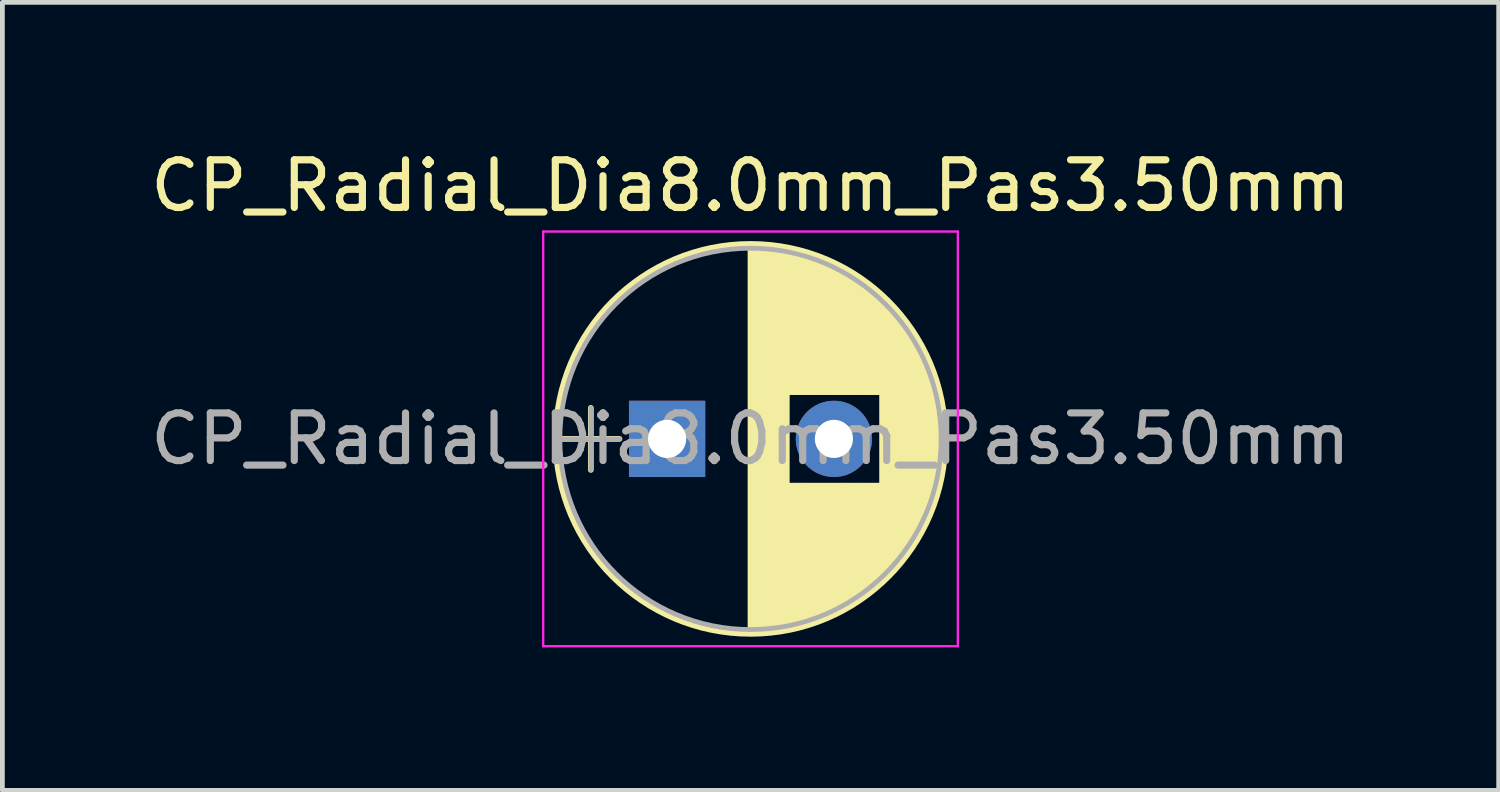
<source format=kicad_pcb>
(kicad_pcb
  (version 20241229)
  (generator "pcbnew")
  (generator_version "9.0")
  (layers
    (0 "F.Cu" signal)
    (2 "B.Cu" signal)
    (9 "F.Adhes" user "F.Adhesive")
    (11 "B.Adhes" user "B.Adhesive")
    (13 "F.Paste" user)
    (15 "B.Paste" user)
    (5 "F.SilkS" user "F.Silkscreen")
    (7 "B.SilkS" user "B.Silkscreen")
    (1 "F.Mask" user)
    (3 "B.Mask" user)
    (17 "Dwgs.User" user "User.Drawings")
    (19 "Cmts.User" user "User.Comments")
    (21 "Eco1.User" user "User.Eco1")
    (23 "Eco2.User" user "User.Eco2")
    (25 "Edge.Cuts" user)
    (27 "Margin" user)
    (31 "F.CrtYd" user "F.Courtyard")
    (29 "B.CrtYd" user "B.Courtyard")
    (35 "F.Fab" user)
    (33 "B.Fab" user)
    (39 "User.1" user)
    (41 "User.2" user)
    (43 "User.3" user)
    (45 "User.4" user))
  (footprint "CP_Radial_Dia8.0mm_Pas3.50mm"
    (layer "F.Cu")
    (at 10.946 6.158)
    (property "Reference" "CP_Radial_Dia8.0mm_Pas3.50mm" (at 1.75 -5.31 0) (layer "F.SilkS") (effects (font (size 1 1) (thickness 0.15))))
    (attr through_hole)
    (fp_line (start -2.2 0) (end -1 0) (stroke (width 0.12) (type solid)) (layer "F.SilkS"))
    (fp_line (start -1.6 -0.65) (end -1.6 0.65) (stroke (width 0.12) (type solid)) (layer "F.SilkS"))
    (fp_line (start 1.75 -4.05) (end 1.75 4.05) (stroke (width 0.12) (type solid)) (layer "F.SilkS"))
    (fp_line (start 1.79 -4.05) (end 1.79 4.05) (stroke (width 0.12) (type solid)) (layer "F.SilkS"))
    (fp_line (start 1.83 -4.05) (end 1.83 4.05) (stroke (width 0.12) (type solid)) (layer "F.SilkS"))
    (fp_line (start 1.87 -4.049) (end 1.87 4.049) (stroke (width 0.12) (type solid)) (layer "F.SilkS"))
    (fp_line (start 1.91 -4.047) (end 1.91 4.047) (stroke (width 0.12) (type solid)) (layer "F.SilkS"))
    (fp_line (start 1.95 -4.046) (end 1.95 4.046) (stroke (width 0.12) (type solid)) (layer "F.SilkS"))
    (fp_line (start 1.99 -4.043) (end 1.99 4.043) (stroke (width 0.12) (type solid)) (layer "F.SilkS"))
    (fp_line (start 2.03 -4.041) (end 2.03 4.041) (stroke (width 0.12) (type solid)) (layer "F.SilkS"))
    (fp_line (start 2.07 -4.038) (end 2.07 4.038) (stroke (width 0.12) (type solid)) (layer "F.SilkS"))
    (fp_line (start 2.11 -4.035) (end 2.11 4.035) (stroke (width 0.12) (type solid)) (layer "F.SilkS"))
    (fp_line (start 2.15 -4.031) (end 2.15 4.031) (stroke (width 0.12) (type solid)) (layer "F.SilkS"))
    (fp_line (start 2.19 -4.027) (end 2.19 4.027) (stroke (width 0.12) (type solid)) (layer "F.SilkS"))
    (fp_line (start 2.23 -4.022) (end 2.23 4.022) (stroke (width 0.12) (type solid)) (layer "F.SilkS"))
    (fp_line (start 2.27 -4.017) (end 2.27 4.017) (stroke (width 0.12) (type solid)) (layer "F.SilkS"))
    (fp_line (start 2.31 -4.012) (end 2.31 4.012) (stroke (width 0.12) (type solid)) (layer "F.SilkS"))
    (fp_line (start 2.35 -4.006) (end 2.35 4.006) (stroke (width 0.12) (type solid)) (layer "F.SilkS"))
    (fp_line (start 2.39 -4) (end 2.39 4) (stroke (width 0.12) (type solid)) (layer "F.SilkS"))
    (fp_line (start 2.43 -3.994) (end 2.43 3.994) (stroke (width 0.12) (type solid)) (layer "F.SilkS"))
    (fp_line (start 2.471 -3.987) (end 2.471 3.987) (stroke (width 0.12) (type solid)) (layer "F.SilkS"))
    (fp_line (start 2.511 -3.979) (end 2.511 3.979) (stroke (width 0.12) (type solid)) (layer "F.SilkS"))
    (fp_line (start 2.551 -3.971) (end 2.551 -0.98) (stroke (width 0.12) (type solid)) (layer "F.SilkS"))
    (fp_line (start 2.551 0.98) (end 2.551 3.971) (stroke (width 0.12) (type solid)) (layer "F.SilkS"))
    (fp_line (start 2.591 -3.963) (end 2.591 -0.98) (stroke (width 0.12) (type solid)) (layer "F.SilkS"))
    (fp_line (start 2.591 0.98) (end 2.591 3.963) (stroke (width 0.12) (type solid)) (layer "F.SilkS"))
    (fp_line (start 2.631 -3.955) (end 2.631 -0.98) (stroke (width 0.12) (type solid)) (layer "F.SilkS"))
    (fp_line (start 2.631 0.98) (end 2.631 3.955) (stroke (width 0.12) (type solid)) (layer "F.SilkS"))
    (fp_line (start 2.671 -3.946) (end 2.671 -0.98) (stroke (width 0.12) (type solid)) (layer "F.SilkS"))
    (fp_line (start 2.671 0.98) (end 2.671 3.946) (stroke (width 0.12) (type solid)) (layer "F.SilkS"))
    (fp_line (start 2.711 -3.936) (end 2.711 -0.98) (stroke (width 0.12) (type solid)) (layer "F.SilkS"))
    (fp_line (start 2.711 0.98) (end 2.711 3.936) (stroke (width 0.12) (type solid)) (layer "F.SilkS"))
    (fp_line (start 2.751 -3.926) (end 2.751 -0.98) (stroke (width 0.12) (type solid)) (layer "F.SilkS"))
    (fp_line (start 2.751 0.98) (end 2.751 3.926) (stroke (width 0.12) (type solid)) (layer "F.SilkS"))
    (fp_line (start 2.791 -3.916) (end 2.791 -0.98) (stroke (width 0.12) (type solid)) (layer "F.SilkS"))
    (fp_line (start 2.791 0.98) (end 2.791 3.916) (stroke (width 0.12) (type solid)) (layer "F.SilkS"))
    (fp_line (start 2.831 -3.905) (end 2.831 -0.98) (stroke (width 0.12) (type solid)) (layer "F.SilkS"))
    (fp_line (start 2.831 0.98) (end 2.831 3.905) (stroke (width 0.12) (type solid)) (layer "F.SilkS"))
    (fp_line (start 2.871 -3.894) (end 2.871 -0.98) (stroke (width 0.12) (type solid)) (layer "F.SilkS"))
    (fp_line (start 2.871 0.98) (end 2.871 3.894) (stroke (width 0.12) (type solid)) (layer "F.SilkS"))
    (fp_line (start 2.911 -3.883) (end 2.911 -0.98) (stroke (width 0.12) (type solid)) (layer "F.SilkS"))
    (fp_line (start 2.911 0.98) (end 2.911 3.883) (stroke (width 0.12) (type solid)) (layer "F.SilkS"))
    (fp_line (start 2.951 -3.87) (end 2.951 -0.98) (stroke (width 0.12) (type solid)) (layer "F.SilkS"))
    (fp_line (start 2.951 0.98) (end 2.951 3.87) (stroke (width 0.12) (type solid)) (layer "F.SilkS"))
    (fp_line (start 2.991 -3.858) (end 2.991 -0.98) (stroke (width 0.12) (type solid)) (layer "F.SilkS"))
    (fp_line (start 2.991 0.98) (end 2.991 3.858) (stroke (width 0.12) (type solid)) (layer "F.SilkS"))
    (fp_line (start 3.031 -3.845) (end 3.031 -0.98) (stroke (width 0.12) (type solid)) (layer "F.SilkS"))
    (fp_line (start 3.031 0.98) (end 3.031 3.845) (stroke (width 0.12) (type solid)) (layer "F.SilkS"))
    (fp_line (start 3.071 -3.832) (end 3.071 -0.98) (stroke (width 0.12) (type solid)) (layer "F.SilkS"))
    (fp_line (start 3.071 0.98) (end 3.071 3.832) (stroke (width 0.12) (type solid)) (layer "F.SilkS"))
    (fp_line (start 3.111 -3.818) (end 3.111 -0.98) (stroke (width 0.12) (type solid)) (layer "F.SilkS"))
    (fp_line (start 3.111 0.98) (end 3.111 3.818) (stroke (width 0.12) (type solid)) (layer "F.SilkS"))
    (fp_line (start 3.151 -3.803) (end 3.151 -0.98) (stroke (width 0.12) (type solid)) (layer "F.SilkS"))
    (fp_line (start 3.151 0.98) (end 3.151 3.803) (stroke (width 0.12) (type solid)) (layer "F.SilkS"))
    (fp_line (start 3.191 -3.789) (end 3.191 -0.98) (stroke (width 0.12) (type solid)) (layer "F.SilkS"))
    (fp_line (start 3.191 0.98) (end 3.191 3.789) (stroke (width 0.12) (type solid)) (layer "F.SilkS"))
    (fp_line (start 3.231 -3.773) (end 3.231 -0.98) (stroke (width 0.12) (type solid)) (layer "F.SilkS"))
    (fp_line (start 3.231 0.98) (end 3.231 3.773) (stroke (width 0.12) (type solid)) (layer "F.SilkS"))
    (fp_line (start 3.271 -3.758) (end 3.271 -0.98) (stroke (width 0.12) (type solid)) (layer "F.SilkS"))
    (fp_line (start 3.271 0.98) (end 3.271 3.758) (stroke (width 0.12) (type solid)) (layer "F.SilkS"))
    (fp_line (start 3.311 -3.741) (end 3.311 -0.98) (stroke (width 0.12) (type solid)) (layer "F.SilkS"))
    (fp_line (start 3.311 0.98) (end 3.311 3.741) (stroke (width 0.12) (type solid)) (layer "F.SilkS"))
    (fp_line (start 3.351 -3.725) (end 3.351 -0.98) (stroke (width 0.12) (type solid)) (layer "F.SilkS"))
    (fp_line (start 3.351 0.98) (end 3.351 3.725) (stroke (width 0.12) (type solid)) (layer "F.SilkS"))
    (fp_line (start 3.391 -3.707) (end 3.391 -0.98) (stroke (width 0.12) (type solid)) (layer "F.SilkS"))
    (fp_line (start 3.391 0.98) (end 3.391 3.707) (stroke (width 0.12) (type solid)) (layer "F.SilkS"))
    (fp_line (start 3.431 -3.69) (end 3.431 -0.98) (stroke (width 0.12) (type solid)) (layer "F.SilkS"))
    (fp_line (start 3.431 0.98) (end 3.431 3.69) (stroke (width 0.12) (type solid)) (layer "F.SilkS"))
    (fp_line (start 3.471 -3.671) (end 3.471 -0.98) (stroke (width 0.12) (type solid)) (layer "F.SilkS"))
    (fp_line (start 3.471 0.98) (end 3.471 3.671) (stroke (width 0.12) (type solid)) (layer "F.SilkS"))
    (fp_line (start 3.511 -3.652) (end 3.511 -0.98) (stroke (width 0.12) (type solid)) (layer "F.SilkS"))
    (fp_line (start 3.511 0.98) (end 3.511 3.652) (stroke (width 0.12) (type solid)) (layer "F.SilkS"))
    (fp_line (start 3.551 -3.633) (end 3.551 -0.98) (stroke (width 0.12) (type solid)) (layer "F.SilkS"))
    (fp_line (start 3.551 0.98) (end 3.551 3.633) (stroke (width 0.12) (type solid)) (layer "F.SilkS"))
    (fp_line (start 3.591 -3.613) (end 3.591 -0.98) (stroke (width 0.12) (type solid)) (layer "F.SilkS"))
    (fp_line (start 3.591 0.98) (end 3.591 3.613) (stroke (width 0.12) (type solid)) (layer "F.SilkS"))
    (fp_line (start 3.631 -3.593) (end 3.631 -0.98) (stroke (width 0.12) (type solid)) (layer "F.SilkS"))
    (fp_line (start 3.631 0.98) (end 3.631 3.593) (stroke (width 0.12) (type solid)) (layer "F.SilkS"))
    (fp_line (start 3.671 -3.572) (end 3.671 -0.98) (stroke (width 0.12) (type solid)) (layer "F.SilkS"))
    (fp_line (start 3.671 0.98) (end 3.671 3.572) (stroke (width 0.12) (type solid)) (layer "F.SilkS"))
    (fp_line (start 3.711 -3.55) (end 3.711 -0.98) (stroke (width 0.12) (type solid)) (layer "F.SilkS"))
    (fp_line (start 3.711 0.98) (end 3.711 3.55) (stroke (width 0.12) (type solid)) (layer "F.SilkS"))
    (fp_line (start 3.751 -3.528) (end 3.751 -0.98) (stroke (width 0.12) (type solid)) (layer "F.SilkS"))
    (fp_line (start 3.751 0.98) (end 3.751 3.528) (stroke (width 0.12) (type solid)) (layer "F.SilkS"))
    (fp_line (start 3.791 -3.505) (end 3.791 -0.98) (stroke (width 0.12) (type solid)) (layer "F.SilkS"))
    (fp_line (start 3.791 0.98) (end 3.791 3.505) (stroke (width 0.12) (type solid)) (layer "F.SilkS"))
    (fp_line (start 3.831 -3.482) (end 3.831 -0.98) (stroke (width 0.12) (type solid)) (layer "F.SilkS"))
    (fp_line (start 3.831 0.98) (end 3.831 3.482) (stroke (width 0.12) (type solid)) (layer "F.SilkS"))
    (fp_line (start 3.871 -3.458) (end 3.871 -0.98) (stroke (width 0.12) (type solid)) (layer "F.SilkS"))
    (fp_line (start 3.871 0.98) (end 3.871 3.458) (stroke (width 0.12) (type solid)) (layer "F.SilkS"))
    (fp_line (start 3.911 -3.434) (end 3.911 -0.98) (stroke (width 0.12) (type solid)) (layer "F.SilkS"))
    (fp_line (start 3.911 0.98) (end 3.911 3.434) (stroke (width 0.12) (type solid)) (layer "F.SilkS"))
    (fp_line (start 3.951 -3.408) (end 3.951 -0.98) (stroke (width 0.12) (type solid)) (layer "F.SilkS"))
    (fp_line (start 3.951 0.98) (end 3.951 3.408) (stroke (width 0.12) (type solid)) (layer "F.SilkS"))
    (fp_line (start 3.991 -3.383) (end 3.991 -0.98) (stroke (width 0.12) (type solid)) (layer "F.SilkS"))
    (fp_line (start 3.991 0.98) (end 3.991 3.383) (stroke (width 0.12) (type solid)) (layer "F.SilkS"))
    (fp_line (start 4.031 -3.356) (end 4.031 -0.98) (stroke (width 0.12) (type solid)) (layer "F.SilkS"))
    (fp_line (start 4.031 0.98) (end 4.031 3.356) (stroke (width 0.12) (type solid)) (layer "F.SilkS"))
    (fp_line (start 4.071 -3.329) (end 4.071 -0.98) (stroke (width 0.12) (type solid)) (layer "F.SilkS"))
    (fp_line (start 4.071 0.98) (end 4.071 3.329) (stroke (width 0.12) (type solid)) (layer "F.SilkS"))
    (fp_line (start 4.111 -3.301) (end 4.111 -0.98) (stroke (width 0.12) (type solid)) (layer "F.SilkS"))
    (fp_line (start 4.111 0.98) (end 4.111 3.301) (stroke (width 0.12) (type solid)) (layer "F.SilkS"))
    (fp_line (start 4.151 -3.272) (end 4.151 -0.98) (stroke (width 0.12) (type solid)) (layer "F.SilkS"))
    (fp_line (start 4.151 0.98) (end 4.151 3.272) (stroke (width 0.12) (type solid)) (layer "F.SilkS"))
    (fp_line (start 4.191 -3.243) (end 4.191 -0.98) (stroke (width 0.12) (type solid)) (layer "F.SilkS"))
    (fp_line (start 4.191 0.98) (end 4.191 3.243) (stroke (width 0.12) (type solid)) (layer "F.SilkS"))
    (fp_line (start 4.231 -3.213) (end 4.231 -0.98) (stroke (width 0.12) (type solid)) (layer "F.SilkS"))
    (fp_line (start 4.231 0.98) (end 4.231 3.213) (stroke (width 0.12) (type solid)) (layer "F.SilkS"))
    (fp_line (start 4.271 -3.182) (end 4.271 -0.98) (stroke (width 0.12) (type solid)) (layer "F.SilkS"))
    (fp_line (start 4.271 0.98) (end 4.271 3.182) (stroke (width 0.12) (type solid)) (layer "F.SilkS"))
    (fp_line (start 4.311 -3.15) (end 4.311 -0.98) (stroke (width 0.12) (type solid)) (layer "F.SilkS"))
    (fp_line (start 4.311 0.98) (end 4.311 3.15) (stroke (width 0.12) (type solid)) (layer "F.SilkS"))
    (fp_line (start 4.351 -3.118) (end 4.351 -0.98) (stroke (width 0.12) (type solid)) (layer "F.SilkS"))
    (fp_line (start 4.351 0.98) (end 4.351 3.118) (stroke (width 0.12) (type solid)) (layer "F.SilkS"))
    (fp_line (start 4.391 -3.084) (end 4.391 -0.98) (stroke (width 0.12) (type solid)) (layer "F.SilkS"))
    (fp_line (start 4.391 0.98) (end 4.391 3.084) (stroke (width 0.12) (type solid)) (layer "F.SilkS"))
    (fp_line (start 4.431 -3.05) (end 4.431 -0.98) (stroke (width 0.12) (type solid)) (layer "F.SilkS"))
    (fp_line (start 4.431 0.98) (end 4.431 3.05) (stroke (width 0.12) (type solid)) (layer "F.SilkS"))
    (fp_line (start 4.471 -3.015) (end 4.471 -0.98) (stroke (width 0.12) (type solid)) (layer "F.SilkS"))
    (fp_line (start 4.471 0.98) (end 4.471 3.015) (stroke (width 0.12) (type solid)) (layer "F.SilkS"))
    (fp_line (start 4.511 -2.979) (end 4.511 2.979) (stroke (width 0.12) (type solid)) (layer "F.SilkS"))
    (fp_line (start 4.551 -2.942) (end 4.551 2.942) (stroke (width 0.12) (type solid)) (layer "F.SilkS"))
    (fp_line (start 4.591 -2.904) (end 4.591 2.904) (stroke (width 0.12) (type solid)) (layer "F.SilkS"))
    (fp_line (start 4.631 -2.865) (end 4.631 2.865) (stroke (width 0.12) (type solid)) (layer "F.SilkS"))
    (fp_line (start 4.671 -2.824) (end 4.671 2.824) (stroke (width 0.12) (type solid)) (layer "F.SilkS"))
    (fp_line (start 4.711 -2.783) (end 4.711 2.783) (stroke (width 0.12) (type solid)) (layer "F.SilkS"))
    (fp_line (start 4.751 -2.74) (end 4.751 2.74) (stroke (width 0.12) (type solid)) (layer "F.SilkS"))
    (fp_line (start 4.791 -2.697) (end 4.791 2.697) (stroke (width 0.12) (type solid)) (layer "F.SilkS"))
    (fp_line (start 4.831 -2.652) (end 4.831 2.652) (stroke (width 0.12) (type solid)) (layer "F.SilkS"))
    (fp_line (start 4.871 -2.605) (end 4.871 2.605) (stroke (width 0.12) (type solid)) (layer "F.SilkS"))
    (fp_line (start 4.911 -2.557) (end 4.911 2.557) (stroke (width 0.12) (type solid)) (layer "F.SilkS"))
    (fp_line (start 4.951 -2.508) (end 4.951 2.508) (stroke (width 0.12) (type solid)) (layer "F.SilkS"))
    (fp_line (start 4.991 -2.457) (end 4.991 2.457) (stroke (width 0.12) (type solid)) (layer "F.SilkS"))
    (fp_line (start 5.031 -2.404) (end 5.031 2.404) (stroke (width 0.12) (type solid)) (layer "F.SilkS"))
    (fp_line (start 5.071 -2.349) (end 5.071 2.349) (stroke (width 0.12) (type solid)) (layer "F.SilkS"))
    (fp_line (start 5.111 -2.293) (end 5.111 2.293) (stroke (width 0.12) (type solid)) (layer "F.SilkS"))
    (fp_line (start 5.151 -2.234) (end 5.151 2.234) (stroke (width 0.12) (type solid)) (layer "F.SilkS"))
    (fp_line (start 5.191 -2.173) (end 5.191 2.173) (stroke (width 0.12) (type solid)) (layer "F.SilkS"))
    (fp_line (start 5.231 -2.109) (end 5.231 2.109) (stroke (width 0.12) (type solid)) (layer "F.SilkS"))
    (fp_line (start 5.271 -2.043) (end 5.271 2.043) (stroke (width 0.12) (type solid)) (layer "F.SilkS"))
    (fp_line (start 5.311 -1.974) (end 5.311 1.974) (stroke (width 0.12) (type solid)) (layer "F.SilkS"))
    (fp_line (start 5.351 -1.902) (end 5.351 1.902) (stroke (width 0.12) (type solid)) (layer "F.SilkS"))
    (fp_line (start 5.391 -1.826) (end 5.391 1.826) (stroke (width 0.12) (type solid)) (layer "F.SilkS"))
    (fp_line (start 5.431 -1.745) (end 5.431 1.745) (stroke (width 0.12) (type solid)) (layer "F.SilkS"))
    (fp_line (start 5.471 -1.66) (end 5.471 1.66) (stroke (width 0.12) (type solid)) (layer "F.SilkS"))
    (fp_line (start 5.511 -1.57) (end 5.511 1.57) (stroke (width 0.12) (type solid)) (layer "F.SilkS"))
    (fp_line (start 5.551 -1.473) (end 5.551 1.473) (stroke (width 0.12) (type solid)) (layer "F.SilkS"))
    (fp_line (start 5.591 -1.369) (end 5.591 1.369) (stroke (width 0.12) (type solid)) (layer "F.SilkS"))
    (fp_line (start 5.631 -1.254) (end 5.631 1.254) (stroke (width 0.12) (type solid)) (layer "F.SilkS"))
    (fp_line (start 5.671 -1.127) (end 5.671 1.127) (stroke (width 0.12) (type solid)) (layer "F.SilkS"))
    (fp_line (start 5.711 -0.983) (end 5.711 0.983) (stroke (width 0.12) (type solid)) (layer "F.SilkS"))
    (fp_line (start 5.751 -0.814) (end 5.751 0.814) (stroke (width 0.12) (type solid)) (layer "F.SilkS"))
    (fp_line (start 5.791 -0.598) (end 5.791 0.598) (stroke (width 0.12) (type solid)) (layer "F.SilkS"))
    (fp_line (start 5.831 -0.246) (end 5.831 0.246) (stroke (width 0.12) (type solid)) (layer "F.SilkS"))
    (fp_circle (center 1.75 0) (end 5.84 0) (stroke (width 0.12) (type solid)) (fill no) (layer "F.SilkS"))
    (fp_line (start -2.6 -4.35) (end -2.6 4.35) (stroke (width 0.05) (type solid)) (layer "F.CrtYd"))
    (fp_line (start -2.6 4.35) (end 6.1 4.35) (stroke (width 0.05) (type solid)) (layer "F.CrtYd"))
    (fp_line (start 6.1 -4.35) (end -2.6 -4.35) (stroke (width 0.05) (type solid)) (layer "F.CrtYd"))
    (fp_line (start 6.1 4.35) (end 6.1 -4.35) (stroke (width 0.05) (type solid)) (layer "F.CrtYd"))
    (fp_line (start -2.2 0) (end -1 0) (stroke (width 0.1) (type solid)) (layer "F.Fab"))
    (fp_line (start -1.6 -0.65) (end -1.6 0.65) (stroke (width 0.1) (type solid)) (layer "F.Fab"))
    (fp_circle (center 1.75 0) (end 5.75 0) (stroke (width 0.1) (type solid)) (fill no) (layer "F.Fab"))
    (fp_text user "${REFERENCE}" (at 1.75 0 0) (layer "F.Fab") (effects (font (size 1 1) (thickness 0.15))))
    (pad "1" thru_hole rect (at 0 0) (size 1.6 1.6) (drill 0.8) (layers "*.Cu" "*.Mask"))
    (pad "2" thru_hole circle (at 3.5 0) (size 1.6 1.6) (drill 0.8) (layers "*.Cu" "*.Mask")))
  (gr_rect
    (start -3 -3)
    (end 28.393 13.533)
    (stroke (width 0.1) (type default))
    (fill no)
    (layer "Edge.Cuts")))
</source>
